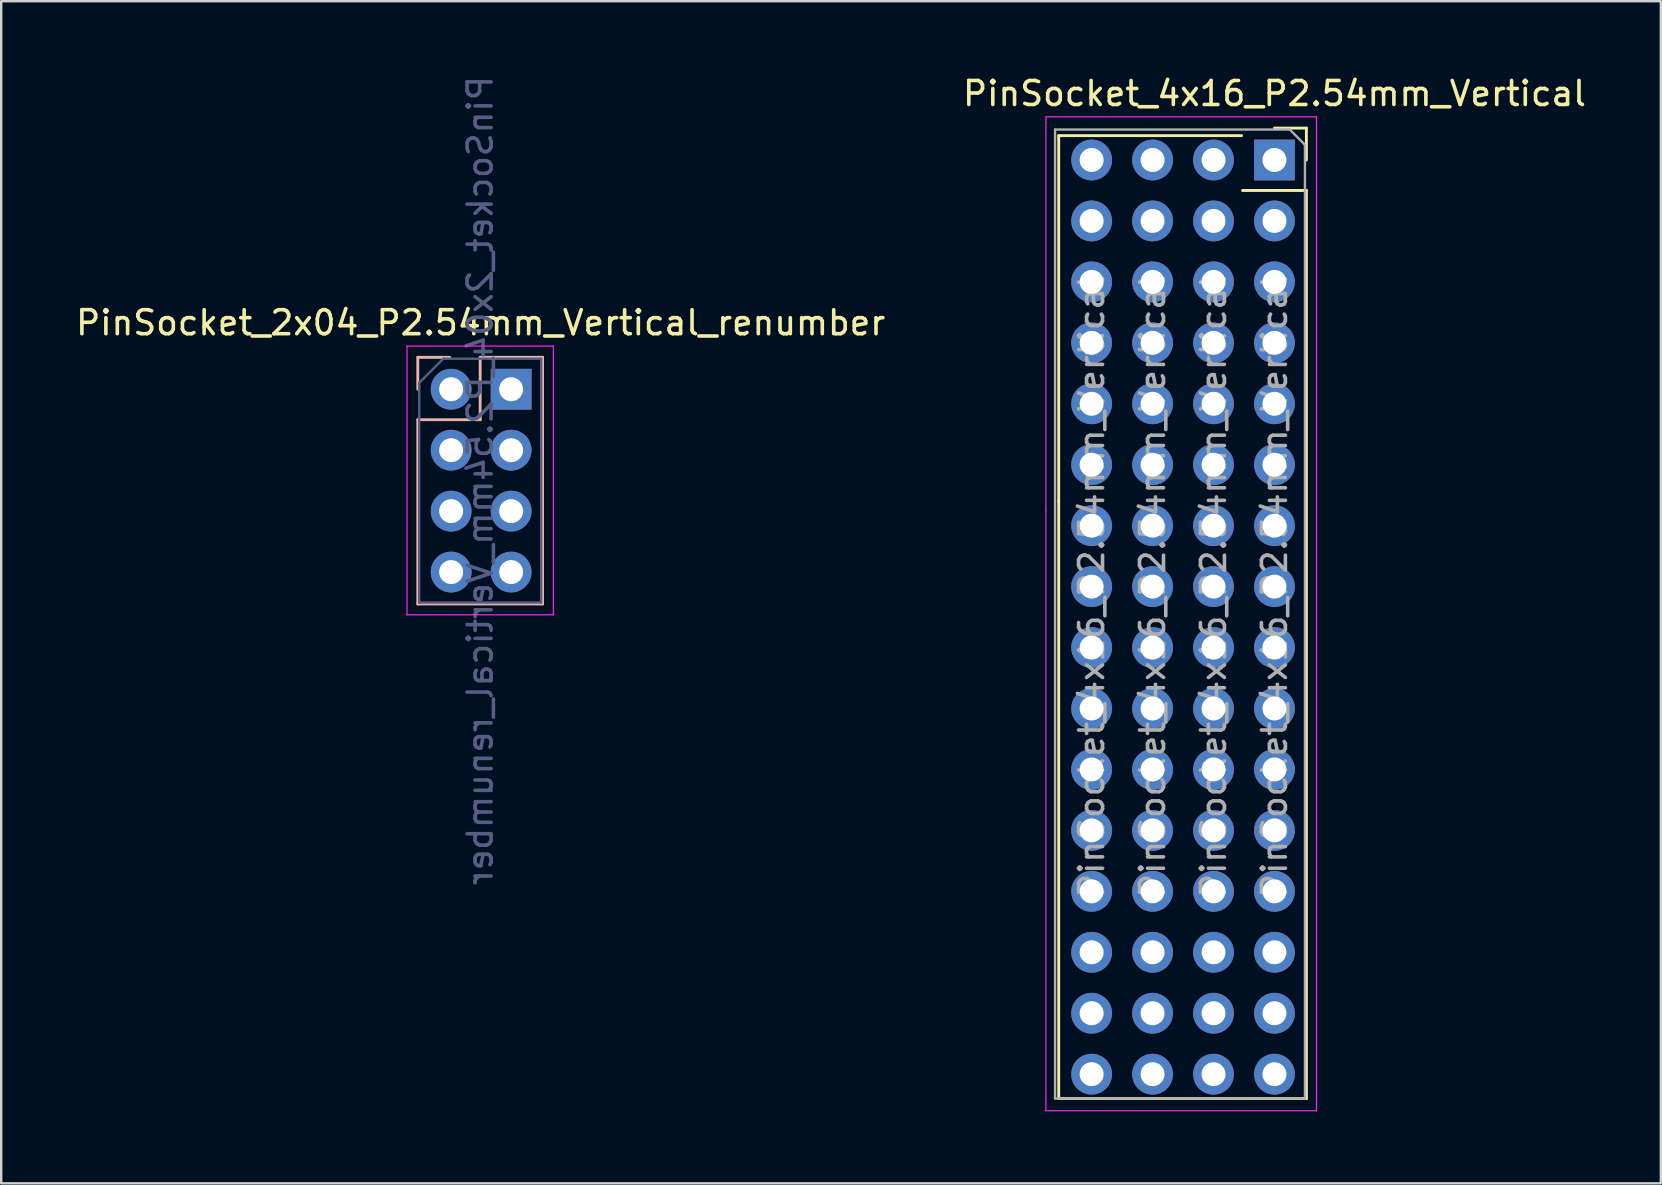
<source format=kicad_pcb>
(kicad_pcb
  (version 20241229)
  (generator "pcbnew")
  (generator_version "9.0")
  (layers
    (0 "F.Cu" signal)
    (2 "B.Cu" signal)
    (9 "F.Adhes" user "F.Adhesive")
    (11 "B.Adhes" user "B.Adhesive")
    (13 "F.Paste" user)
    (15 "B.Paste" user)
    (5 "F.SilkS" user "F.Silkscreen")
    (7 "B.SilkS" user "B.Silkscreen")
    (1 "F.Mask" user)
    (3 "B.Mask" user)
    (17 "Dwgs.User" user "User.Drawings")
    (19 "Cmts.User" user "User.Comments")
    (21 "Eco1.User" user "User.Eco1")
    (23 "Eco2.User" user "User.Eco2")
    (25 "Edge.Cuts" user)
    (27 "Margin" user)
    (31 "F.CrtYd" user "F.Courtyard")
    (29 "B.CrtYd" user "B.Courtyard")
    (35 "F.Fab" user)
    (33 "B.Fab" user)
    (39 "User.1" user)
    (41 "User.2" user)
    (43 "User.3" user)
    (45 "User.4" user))
  (footprint "PinSocket_4x16_P2.54mm_Vertical"
    (layer "F.Cu")
    (at 50.065 3.618)
    (property "Reference" "PinSocket_4x16_P2.54mm_Vertical" (at 0 -2.77 0) (layer "F.SilkS") (effects (font (size 1 1) (thickness 0.15))))
    (attr through_hole board_only exclude_from_bom)
    (fp_line (start -8.992 -1.016) (end -8.992 14.224) (stroke (width 0.12) (type solid)) (layer "F.SilkS"))
    (fp_line (start -8.992 -1.016) (end -1.372 -1.016) (stroke (width 0.12) (type solid)) (layer "F.SilkS"))
    (fp_line (start -8.992 14.224) (end -8.992 39.116) (stroke (width 0.12) (type solid)) (layer "F.SilkS"))
    (fp_line (start -8.992 39.116) (end 1.33 39.116) (stroke (width 0.12) (type solid)) (layer "F.SilkS"))
    (fp_line (start -1.33 1.27) (end 1.33 1.27) (stroke (width 0.12) (type solid)) (layer "F.SilkS"))
    (fp_line (start 0 -1.33) (end 1.33 -1.33) (stroke (width 0.12) (type solid)) (layer "F.SilkS"))
    (fp_line (start 1.33 -1.33) (end 1.33 0) (stroke (width 0.12) (type solid)) (layer "F.SilkS"))
    (fp_line (start 1.33 1.27) (end 1.33 39.116) (stroke (width 0.12) (type solid)) (layer "F.SilkS"))
    (fp_line (start -9.525 -1.8) (end 1.75 -1.8) (stroke (width 0.05) (type solid)) (layer "F.CrtYd"))
    (fp_line (start -9.525 14.605) (end -9.525 -1.8) (stroke (width 0.05) (type solid)) (layer "F.CrtYd"))
    (fp_line (start -9.525 39.624) (end -9.525 14.605) (stroke (width 0.05) (type solid)) (layer "F.CrtYd"))
    (fp_line (start 1.75 -1.8) (end 1.75 39.624) (stroke (width 0.05) (type solid)) (layer "F.CrtYd"))
    (fp_line (start 1.75 39.624) (end -9.525 39.624) (stroke (width 0.05) (type solid)) (layer "F.CrtYd"))
    (fp_line (start -9.144 -1.27) (end 0.635 -1.27) (stroke (width 0.1) (type solid)) (layer "F.Fab"))
    (fp_line (start -9.144 39.116) (end -9.144 -1.27) (stroke (width 0.1) (type solid)) (layer "F.Fab"))
    (fp_line (start 0.635 -1.27) (end 1.27 -0.635) (stroke (width 0.1) (type solid)) (layer "F.Fab"))
    (fp_line (start 1.27 -0.635) (end 1.27 39.116) (stroke (width 0.1) (type solid)) (layer "F.Fab"))
    (fp_line (start 1.27 39.116) (end -9.144 39.116) (stroke (width 0.1) (type solid)) (layer "F.Fab"))
    (fp_text user "${REFERENCE}" (at -7.62 17.78 270) (layer "F.Fab") (effects (font (size 1 1) (thickness 0.15))))
    (fp_text user "${REFERENCE}" (at -2.54 17.78 270) (layer "F.Fab") (effects (font (size 1 1) (thickness 0.15))))
    (fp_text user "${REFERENCE}" (at 0 17.78 270) (layer "F.Fab") (effects (font (size 1 1) (thickness 0.15))))
    (fp_text user "${REFERENCE}" (at -5.08 17.78 270) (layer "F.Fab") (effects (font (size 1 1) (thickness 0.15))))
    (pad "1" thru_hole rect (at 0 0) (size 1.7 1.7) (drill 1) (layers "*.Cu" "*.Mask"))
    (pad "2" thru_hole oval (at 0 2.54) (size 1.7 1.7) (drill 1) (layers "*.Cu" "*.Mask"))
    (pad "3" thru_hole oval (at 0 5.08) (size 1.7 1.7) (drill 1) (layers "*.Cu" "*.Mask"))
    (pad "4" thru_hole oval (at 0 7.62) (size 1.7 1.7) (drill 1) (layers "*.Cu" "*.Mask"))
    (pad "5" thru_hole oval (at 0 10.16) (size 1.7 1.7) (drill 1) (layers "*.Cu" "*.Mask"))
    (pad "6" thru_hole oval (at 0 12.7) (size 1.7 1.7) (drill 1) (layers "*.Cu" "*.Mask"))
    (pad "7" thru_hole oval (at 0 15.24) (size 1.7 1.7) (drill 1) (layers "*.Cu" "*.Mask"))
    (pad "8" thru_hole oval (at 0 17.78) (size 1.7 1.7) (drill 1) (layers "*.Cu" "*.Mask"))
    (pad "9" thru_hole oval (at 0 20.32) (size 1.7 1.7) (drill 1) (layers "*.Cu" "*.Mask"))
    (pad "10" thru_hole oval (at 0 22.86) (size 1.7 1.7) (drill 1) (layers "*.Cu" "*.Mask"))
    (pad "11" thru_hole oval (at 0 25.4) (size 1.7 1.7) (drill 1) (layers "*.Cu" "*.Mask"))
    (pad "12" thru_hole oval (at 0 27.94) (size 1.7 1.7) (drill 1) (layers "*.Cu" "*.Mask"))
    (pad "13" thru_hole oval (at 0 30.48) (size 1.7 1.7) (drill 1) (layers "*.Cu" "*.Mask"))
    (pad "14" thru_hole oval (at 0 33.02) (size 1.7 1.7) (drill 1) (layers "*.Cu" "*.Mask"))
    (pad "15" thru_hole oval (at 0 35.56) (size 1.7 1.7) (drill 1) (layers "*.Cu" "*.Mask"))
    (pad "16" thru_hole oval (at 0 38.1) (size 1.7 1.7) (drill 1) (layers "*.Cu" "*.Mask"))
    (pad "17" thru_hole oval (at -2.54 0) (size 1.7 1.7) (drill 1) (layers "*.Cu" "*.Mask"))
    (pad "18" thru_hole oval (at -2.54 2.54) (size 1.7 1.7) (drill 1) (layers "*.Cu" "*.Mask"))
    (pad "19" thru_hole oval (at -2.54 5.08) (size 1.7 1.7) (drill 1) (layers "*.Cu" "*.Mask"))
    (pad "20" thru_hole oval (at -2.54 7.62) (size 1.7 1.7) (drill 1) (layers "*.Cu" "*.Mask"))
    (pad "21" thru_hole oval (at -2.54 10.16) (size 1.7 1.7) (drill 1) (layers "*.Cu" "*.Mask"))
    (pad "22" thru_hole oval (at -2.54 12.7) (size 1.7 1.7) (drill 1) (layers "*.Cu" "*.Mask"))
    (pad "23" thru_hole oval (at -2.54 15.24) (size 1.7 1.7) (drill 1) (layers "*.Cu" "*.Mask"))
    (pad "24" thru_hole oval (at -2.54 17.78) (size 1.7 1.7) (drill 1) (layers "*.Cu" "*.Mask"))
    (pad "25" thru_hole oval (at -2.54 20.32) (size 1.7 1.7) (drill 1) (layers "*.Cu" "*.Mask"))
    (pad "26" thru_hole oval (at -2.54 22.86) (size 1.7 1.7) (drill 1) (layers "*.Cu" "*.Mask"))
    (pad "27" thru_hole oval (at -2.54 25.4) (size 1.7 1.7) (drill 1) (layers "*.Cu" "*.Mask"))
    (pad "28" thru_hole oval (at -2.54 27.94) (size 1.7 1.7) (drill 1) (layers "*.Cu" "*.Mask"))
    (pad "29" thru_hole oval (at -2.54 30.48) (size 1.7 1.7) (drill 1) (layers "*.Cu" "*.Mask"))
    (pad "30" thru_hole oval (at -2.54 33.02) (size 1.7 1.7) (drill 1) (layers "*.Cu" "*.Mask"))
    (pad "31" thru_hole oval (at -2.54 35.56) (size 1.7 1.7) (drill 1) (layers "*.Cu" "*.Mask"))
    (pad "32" thru_hole oval (at -2.54 38.1) (size 1.7 1.7) (drill 1) (layers "*.Cu" "*.Mask"))
    (pad "33" thru_hole oval (at -5.08 0) (size 1.7 1.7) (drill 1) (layers "*.Cu" "*.Mask"))
    (pad "34" thru_hole oval (at -5.08 2.54) (size 1.7 1.7) (drill 1) (layers "*.Cu" "*.Mask"))
    (pad "35" thru_hole oval (at -5.08 5.08) (size 1.7 1.7) (drill 1) (layers "*.Cu" "*.Mask"))
    (pad "36" thru_hole oval (at -5.08 7.62) (size 1.7 1.7) (drill 1) (layers "*.Cu" "*.Mask"))
    (pad "37" thru_hole oval (at -5.08 10.16) (size 1.7 1.7) (drill 1) (layers "*.Cu" "*.Mask"))
    (pad "38" thru_hole oval (at -5.08 12.7) (size 1.7 1.7) (drill 1) (layers "*.Cu" "*.Mask"))
    (pad "39" thru_hole oval (at -5.08 15.24) (size 1.7 1.7) (drill 1) (layers "*.Cu" "*.Mask"))
    (pad "40" thru_hole oval (at -5.08 17.78) (size 1.7 1.7) (drill 1) (layers "*.Cu" "*.Mask"))
    (pad "41" thru_hole oval (at -5.08 20.32) (size 1.7 1.7) (drill 1) (layers "*.Cu" "*.Mask"))
    (pad "42" thru_hole oval (at -5.08 22.86) (size 1.7 1.7) (drill 1) (layers "*.Cu" "*.Mask"))
    (pad "43" thru_hole oval (at -5.08 25.4) (size 1.7 1.7) (drill 1) (layers "*.Cu" "*.Mask"))
    (pad "44" thru_hole oval (at -5.08 27.94) (size 1.7 1.7) (drill 1) (layers "*.Cu" "*.Mask"))
    (pad "45" thru_hole oval (at -5.08 30.48) (size 1.7 1.7) (drill 1) (layers "*.Cu" "*.Mask"))
    (pad "46" thru_hole oval (at -5.08 33.02) (size 1.7 1.7) (drill 1) (layers "*.Cu" "*.Mask"))
    (pad "47" thru_hole oval (at -5.08 35.56) (size 1.7 1.7) (drill 1) (layers "*.Cu" "*.Mask"))
    (pad "48" thru_hole oval (at -5.08 38.1) (size 1.7 1.7) (drill 1) (layers "*.Cu" "*.Mask"))
    (pad "49" thru_hole oval (at -7.62 0) (size 1.7 1.7) (drill 1) (layers "*.Cu" "*.Mask"))
    (pad "50" thru_hole oval (at -7.62 2.54) (size 1.7 1.7) (drill 1) (layers "*.Cu" "*.Mask"))
    (pad "51" thru_hole oval (at -7.62 5.08) (size 1.7 1.7) (drill 1) (layers "*.Cu" "*.Mask"))
    (pad "52" thru_hole oval (at -7.62 7.62) (size 1.7 1.7) (drill 1) (layers "*.Cu" "*.Mask"))
    (pad "53" thru_hole oval (at -7.62 10.16) (size 1.7 1.7) (drill 1) (layers "*.Cu" "*.Mask"))
    (pad "54" thru_hole oval (at -7.62 12.7) (size 1.7 1.7) (drill 1) (layers "*.Cu" "*.Mask"))
    (pad "55" thru_hole oval (at -7.62 15.24) (size 1.7 1.7) (drill 1) (layers "*.Cu" "*.Mask"))
    (pad "56" thru_hole oval (at -7.62 17.78) (size 1.7 1.7) (drill 1) (layers "*.Cu" "*.Mask"))
    (pad "57" thru_hole oval (at -7.62 20.32) (size 1.7 1.7) (drill 1) (layers "*.Cu" "*.Mask"))
    (pad "58" thru_hole oval (at -7.62 22.86) (size 1.7 1.7) (drill 1) (layers "*.Cu" "*.Mask"))
    (pad "59" thru_hole oval (at -7.62 25.4) (size 1.7 1.7) (drill 1) (layers "*.Cu" "*.Mask"))
    (pad "60" thru_hole oval (at -7.62 27.94) (size 1.7 1.7) (drill 1) (layers "*.Cu" "*.Mask"))
    (pad "61" thru_hole oval (at -7.62 30.48) (size 1.7 1.7) (drill 1) (layers "*.Cu" "*.Mask"))
    (pad "62" thru_hole oval (at -7.62 33.02) (size 1.7 1.7) (drill 1) (layers "*.Cu" "*.Mask"))
    (pad "63" thru_hole oval (at -7.62 35.56) (size 1.7 1.7) (drill 1) (layers "*.Cu" "*.Mask"))
    (pad "64" thru_hole oval (at -7.62 38.1) (size 1.7 1.7) (drill 1) (layers "*.Cu" "*.Mask")))
  (footprint "PinSocket_2x04_P2.54mm_Vertical_renumber"
    (layer "F.Cu")
    (at 18.252 13.172)
    (property "Reference" "PinSocket_2x04_P2.54mm_Vertical_renumber" (at -1.27 -2.77 0) (layer "F.SilkS") (effects (font (size 1 1) (thickness 0.15))))
    (attr through_hole)
    (fp_line (start -3.89 -1.33) (end -3.89 0) (stroke (width 0.12) (type solid)) (layer "B.SilkS"))
    (fp_line (start -3.89 1.27) (end -3.89 8.95) (stroke (width 0.12) (type solid)) (layer "B.SilkS"))
    (fp_line (start -2.56 -1.33) (end -3.89 -1.33) (stroke (width 0.12) (type solid)) (layer "B.SilkS"))
    (fp_line (start -1.29 -1.33) (end -1.29 1.27) (stroke (width 0.12) (type solid)) (layer "B.SilkS"))
    (fp_line (start -1.29 1.27) (end -3.89 1.27) (stroke (width 0.12) (type solid)) (layer "B.SilkS"))
    (fp_line (start 1.31 -1.33) (end -1.29 -1.33) (stroke (width 0.12) (type solid)) (layer "B.SilkS"))
    (fp_line (start 1.31 -1.33) (end 1.31 8.95) (stroke (width 0.12) (type solid)) (layer "B.SilkS"))
    (fp_line (start 1.31 8.95) (end -3.89 8.95) (stroke (width 0.12) (type solid)) (layer "B.SilkS"))
    (fp_line (start -4.34 -1.8) (end 1.76 -1.8) (stroke (width 0.05) (type solid)) (layer "F.CrtYd"))
    (fp_line (start -4.34 9.4) (end -4.34 -1.8) (stroke (width 0.05) (type solid)) (layer "F.CrtYd"))
    (fp_line (start 1.76 -1.8) (end 1.76 9.4) (stroke (width 0.05) (type solid)) (layer "F.CrtYd"))
    (fp_line (start 1.76 9.4) (end -4.34 9.4) (stroke (width 0.05) (type solid)) (layer "F.CrtYd"))
    (fp_line (start -3.83 -0.27) (end -3.83 8.89) (stroke (width 0.1) (type solid)) (layer "B.Fab"))
    (fp_line (start -3.83 8.89) (end 1.25 8.89) (stroke (width 0.1) (type solid)) (layer "B.Fab"))
    (fp_line (start -2.83 -1.27) (end -3.83 -0.27) (stroke (width 0.1) (type solid)) (layer "B.Fab"))
    (fp_line (start 1.25 -1.27) (end -2.83 -1.27) (stroke (width 0.1) (type solid)) (layer "B.Fab"))
    (fp_line (start 1.25 8.89) (end 1.25 -1.27) (stroke (width 0.1) (type solid)) (layer "B.Fab"))
    (fp_text user "${REFERENCE}" (at -1.29 3.81 270) (layer "B.Fab") (effects (font (size 1 1) (thickness 0.15)) (justify mirror)))
    (pad "1" thru_hole rect (at 0 0) (size 1.7 1.7) (drill 1) (layers "*.Cu" "*.Mask"))
    (pad "2" thru_hole oval (at 0 2.54) (size 1.7 1.7) (drill 1) (layers "*.Cu" "*.Mask"))
    (pad "3" thru_hole oval (at 0 5.08) (size 1.7 1.7) (drill 1) (layers "*.Cu" "*.Mask"))
    (pad "4" thru_hole oval (at 0 7.62) (size 1.7 1.7) (drill 1) (layers "*.Cu" "*.Mask"))
    (pad "5" thru_hole oval (at -2.5 7.62) (size 1.7 1.7) (drill 1) (layers "*.Cu" "*.Mask"))
    (pad "6" thru_hole oval (at -2.5 5.08) (size 1.7 1.7) (drill 1) (layers "*.Cu" "*.Mask"))
    (pad "7" thru_hole oval (at -2.5 2.54) (size 1.7 1.7) (drill 1) (layers "*.Cu" "*.Mask"))
    (pad "8" thru_hole oval (at -2.5 0) (size 1.7 1.7) (drill 1) (layers "*.Cu" "*.Mask")))
  (gr_rect
    (start -3 -3)
    (end 66.167 46.267)
    (stroke (width 0.1) (type default))
    (fill no)
    (layer "Edge.Cuts")))
</source>
